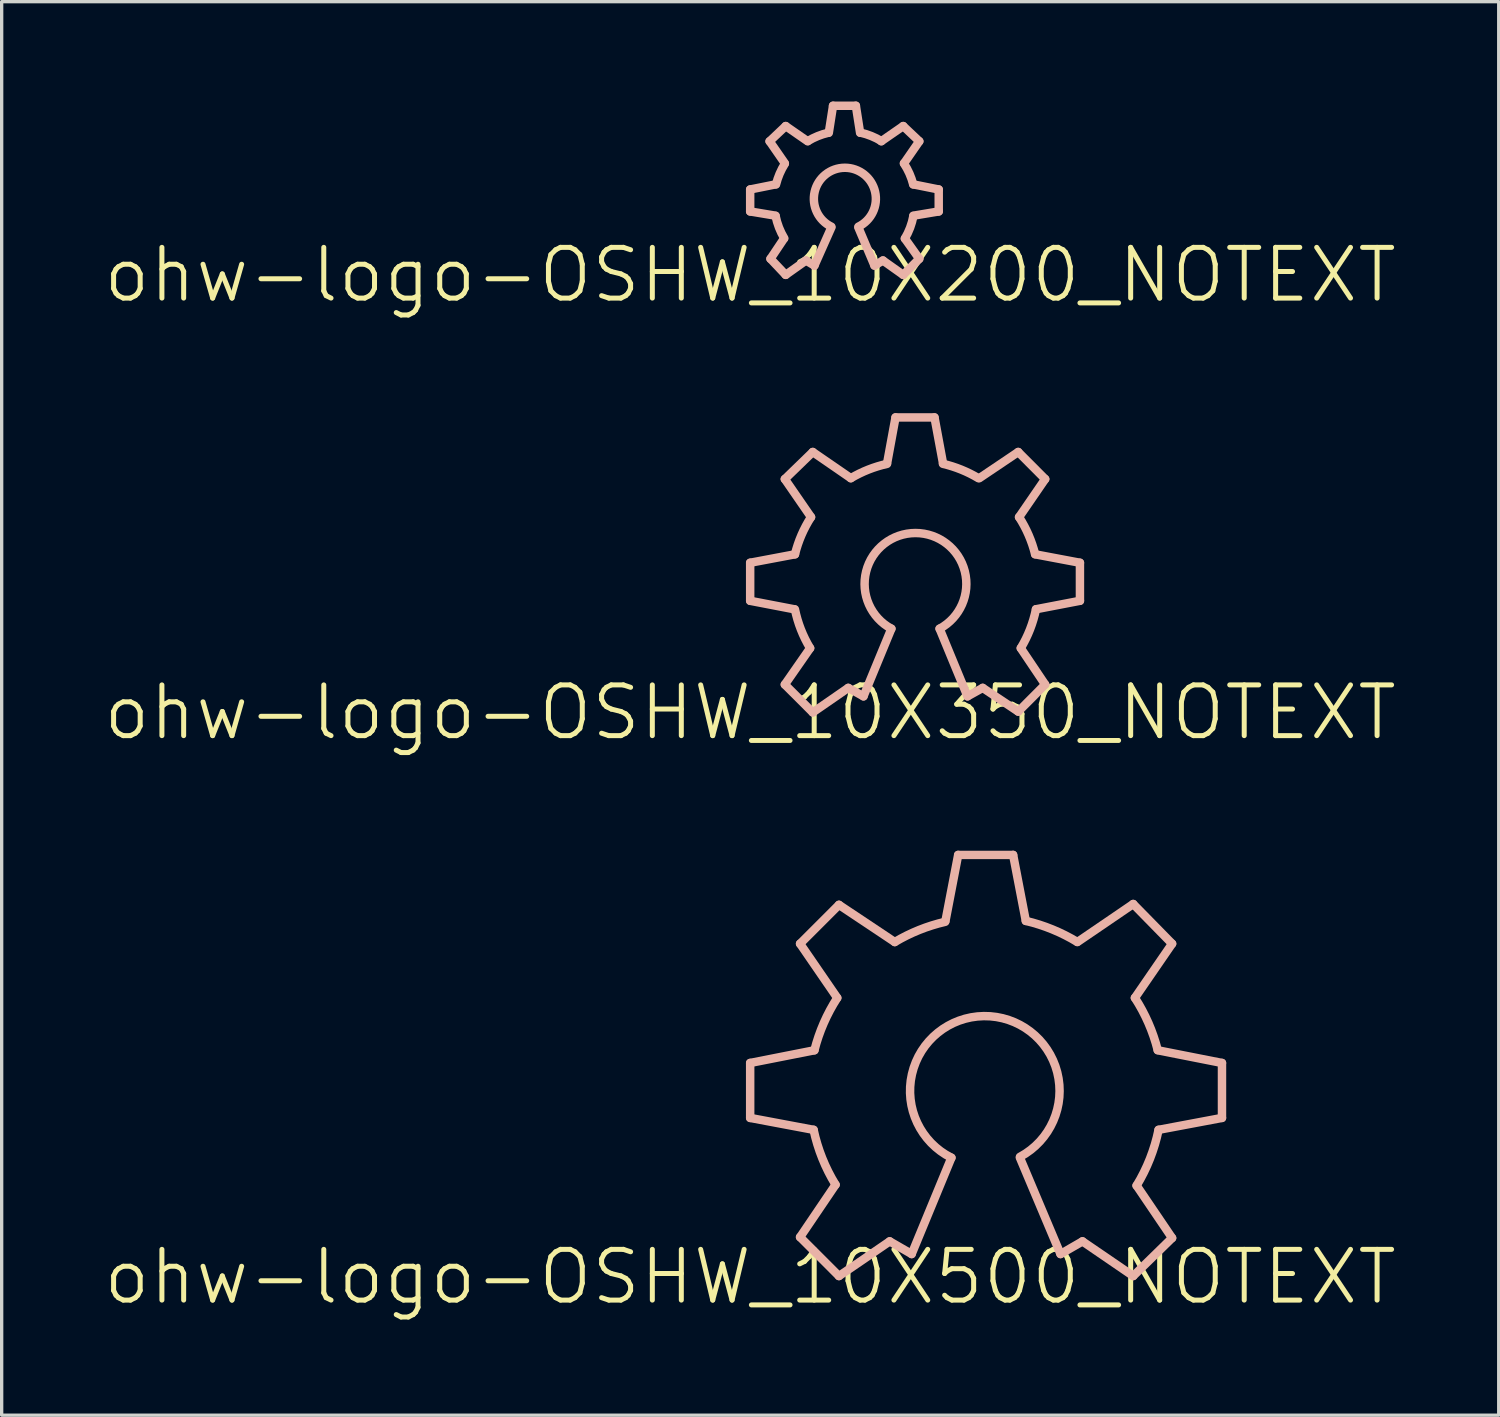
<source format=kicad_pcb>
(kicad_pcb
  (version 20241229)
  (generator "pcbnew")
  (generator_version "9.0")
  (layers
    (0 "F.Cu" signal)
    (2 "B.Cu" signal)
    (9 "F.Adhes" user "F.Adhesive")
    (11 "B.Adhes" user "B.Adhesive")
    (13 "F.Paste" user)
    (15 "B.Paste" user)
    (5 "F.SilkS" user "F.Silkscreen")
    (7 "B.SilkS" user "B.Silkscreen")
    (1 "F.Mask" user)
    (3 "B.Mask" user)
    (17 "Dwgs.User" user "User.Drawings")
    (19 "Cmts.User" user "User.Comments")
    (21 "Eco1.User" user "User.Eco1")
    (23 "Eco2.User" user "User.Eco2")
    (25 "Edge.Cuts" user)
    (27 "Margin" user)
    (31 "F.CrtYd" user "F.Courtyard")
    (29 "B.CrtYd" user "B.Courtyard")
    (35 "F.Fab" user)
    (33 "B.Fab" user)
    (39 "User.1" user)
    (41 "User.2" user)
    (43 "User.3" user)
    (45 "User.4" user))
  (footprint "ohw-logo-OSHW_10X200_NOTEXT"
    (layer "F.Cu")
    (at 19.485 5.207)
    (property "Reference" "ohw-logo-OSHW_10X200_NOTEXT" (at 0 0 0) (layer "F.SilkS") (effects (font (size 1.524 1.524) (thickness 0.15))))
    (attr exclude_from_pos_files exclude_from_bom)
    (fp_line (start 0 -2.565) (end 0.762 -2.718) (stroke (width 0.254) (type solid)) (layer "B.SilkS"))
    (fp_line (start 0 -1.905) (end 0 -2.565) (stroke (width 0.254) (type solid)) (layer "B.SilkS"))
    (fp_line (start 0.584 -4.013) (end 1.067 -4.47) (stroke (width 0.254) (type solid)) (layer "B.SilkS"))
    (fp_line (start 0.61 -0.483) (end 1.016 -1.09) (stroke (width 0.254) (type solid)) (layer "B.SilkS"))
    (fp_line (start 0.762 -1.778) (end 0 -1.905) (stroke (width 0.254) (type solid)) (layer "B.SilkS"))
    (fp_line (start 1.041 -3.353) (end 0.584 -4.013) (stroke (width 0.254) (type solid)) (layer "B.SilkS"))
    (fp_line (start 1.067 -4.47) (end 1.727 -4.013) (stroke (width 0.254) (type solid)) (layer "B.SilkS"))
    (fp_line (start 1.067 0) (end 0.61 -0.483) (stroke (width 0.254) (type solid)) (layer "B.SilkS"))
    (fp_line (start 1.676 -0.432) (end 1.067 0) (stroke (width 0.254) (type solid)) (layer "B.SilkS"))
    (fp_line (start 1.93 -0.279) (end 1.676 -0.432) (stroke (width 0.254) (type solid)) (layer "B.SilkS"))
    (fp_line (start 2.362 -4.267) (end 2.489 -5.08) (stroke (width 0.254) (type solid)) (layer "B.SilkS"))
    (fp_line (start 2.438 -1.422) (end 1.93 -0.279) (stroke (width 0.254) (type solid)) (layer "B.SilkS"))
    (fp_line (start 2.489 -5.08) (end 3.175 -5.08) (stroke (width 0.254) (type solid)) (layer "B.SilkS"))
    (fp_line (start 3.175 -5.08) (end 3.302 -4.267) (stroke (width 0.254) (type solid)) (layer "B.SilkS"))
    (fp_line (start 3.734 -0.279) (end 3.251 -1.422) (stroke (width 0.254) (type solid)) (layer "B.SilkS"))
    (fp_line (start 3.937 -4.013) (end 4.597 -4.47) (stroke (width 0.254) (type solid)) (layer "B.SilkS"))
    (fp_line (start 3.988 -0.432) (end 3.734 -0.279) (stroke (width 0.254) (type solid)) (layer "B.SilkS"))
    (fp_line (start 4.597 -4.47) (end 5.08 -4.013) (stroke (width 0.254) (type solid)) (layer "B.SilkS"))
    (fp_line (start 4.597 0) (end 3.988 -0.432) (stroke (width 0.254) (type solid)) (layer "B.SilkS"))
    (fp_line (start 4.648 -1.09) (end 5.08 -0.483) (stroke (width 0.254) (type solid)) (layer "B.SilkS"))
    (fp_line (start 4.902 -2.718) (end 5.664 -2.565) (stroke (width 0.254) (type solid)) (layer "B.SilkS"))
    (fp_line (start 5.08 -4.013) (end 4.623 -3.353) (stroke (width 0.254) (type solid)) (layer "B.SilkS"))
    (fp_line (start 5.08 -0.483) (end 4.597 0) (stroke (width 0.254) (type solid)) (layer "B.SilkS"))
    (fp_line (start 5.664 -2.565) (end 5.664 -1.905) (stroke (width 0.254) (type solid)) (layer "B.SilkS"))
    (fp_line (start 5.664 -1.905) (end 4.902 -1.778) (stroke (width 0.254) (type solid)) (layer "B.SilkS"))
    (fp_arc (start 0.77724 -2.7178) (mid 0.884541 -3.037663) (end 1.041341 -3.336393) (stroke (width 0.254) (type solid)) (layer "B.SilkS"))
    (fp_arc (start 1.02362 -1.09982) (mid 0.865008 -1.423936) (end 0.763879 -1.77032) (stroke (width 0.254) (type solid)) (layer "B.SilkS"))
    (fp_arc (start 1.73482 -4.02082) (mid 2.028123 -4.167597) (end 2.340603 -4.267229) (stroke (width 0.254) (type solid)) (layer "B.SilkS"))
    (fp_arc (start 2.4384 -1.4478) (mid 2.844253 -3.217526) (end 3.252184 -1.448278) (stroke (width 0.254) (type solid)) (layer "B.SilkS"))
    (fp_arc (start 3.3147 -4.27228) (mid 3.639593 -4.170117) (end 3.943972 -4.017323) (stroke (width 0.254) (type solid)) (layer "B.SilkS"))
    (fp_arc (start 4.61772 -3.34772) (mid 4.784209 -3.044218) (end 4.897466 -2.717103) (stroke (width 0.254) (type solid)) (layer "B.SilkS"))
    (fp_arc (start 4.9022 -1.76784) (mid 4.804838 -1.418278) (end 4.647398 -1.091345) (stroke (width 0.254) (type solid)) (layer "B.SilkS")))
  (footprint "ohw-logo-OSHW_10X350_NOTEXT"
    (layer "F.Cu")
    (at 19.485 18.351)
    (property "Reference" "ohw-logo-OSHW_10X350_NOTEXT" (at 0 0 0) (layer "F.SilkS") (effects (font (size 1.524 1.524) (thickness 0.15))))
    (attr exclude_from_pos_files exclude_from_bom)
    (fp_line (start 0 -4.496) (end 1.346 -4.75) (stroke (width 0.254) (type solid)) (layer "B.SilkS"))
    (fp_line (start 0 -3.353) (end 0 -4.496) (stroke (width 0.254) (type solid)) (layer "B.SilkS"))
    (fp_line (start 1.041 -7.01) (end 1.88 -7.823) (stroke (width 0.254) (type solid)) (layer "B.SilkS"))
    (fp_line (start 1.041 -0.838) (end 1.801 -1.93) (stroke (width 0.254) (type solid)) (layer "B.SilkS"))
    (fp_line (start 1.321 -3.099) (end 0 -3.353) (stroke (width 0.254) (type solid)) (layer "B.SilkS"))
    (fp_line (start 1.829 -5.867) (end 1.041 -7.01) (stroke (width 0.254) (type solid)) (layer "B.SilkS"))
    (fp_line (start 1.88 -7.823) (end 3.023 -7.036) (stroke (width 0.254) (type solid)) (layer "B.SilkS"))
    (fp_line (start 1.88 0) (end 1.041 -0.838) (stroke (width 0.254) (type solid)) (layer "B.SilkS"))
    (fp_line (start 2.946 -0.737) (end 1.88 0) (stroke (width 0.254) (type solid)) (layer "B.SilkS"))
    (fp_line (start 3.404 -0.483) (end 2.946 -0.737) (stroke (width 0.254) (type solid)) (layer "B.SilkS"))
    (fp_line (start 4.115 -7.493) (end 4.366 -8.862) (stroke (width 0.254) (type solid)) (layer "B.SilkS"))
    (fp_line (start 4.242 -2.515) (end 3.404 -0.483) (stroke (width 0.254) (type solid)) (layer "B.SilkS"))
    (fp_line (start 4.366 -8.862) (end 5.537 -8.862) (stroke (width 0.254) (type solid)) (layer "B.SilkS"))
    (fp_line (start 5.537 -8.862) (end 5.791 -7.493) (stroke (width 0.254) (type solid)) (layer "B.SilkS"))
    (fp_line (start 6.528 -0.483) (end 5.69 -2.515) (stroke (width 0.254) (type solid)) (layer "B.SilkS"))
    (fp_line (start 6.883 -7.036) (end 8.052 -7.823) (stroke (width 0.254) (type solid)) (layer "B.SilkS"))
    (fp_line (start 6.985 -0.737) (end 6.528 -0.483) (stroke (width 0.254) (type solid)) (layer "B.SilkS"))
    (fp_line (start 8.052 -7.823) (end 8.862 -7.01) (stroke (width 0.254) (type solid)) (layer "B.SilkS"))
    (fp_line (start 8.052 -0.025) (end 6.985 -0.737) (stroke (width 0.254) (type solid)) (layer "B.SilkS"))
    (fp_line (start 8.128 -1.93) (end 8.862 -0.838) (stroke (width 0.254) (type solid)) (layer "B.SilkS"))
    (fp_line (start 8.56 -4.75) (end 9.906 -4.496) (stroke (width 0.254) (type solid)) (layer "B.SilkS"))
    (fp_line (start 8.862 -7.01) (end 8.077 -5.867) (stroke (width 0.254) (type solid)) (layer "B.SilkS"))
    (fp_line (start 8.862 -0.838) (end 8.052 -0.025) (stroke (width 0.254) (type solid)) (layer "B.SilkS"))
    (fp_line (start 9.906 -4.496) (end 9.906 -3.353) (stroke (width 0.254) (type solid)) (layer "B.SilkS"))
    (fp_line (start 9.906 -3.353) (end 8.585 -3.099) (stroke (width 0.254) (type solid)) (layer "B.SilkS"))
    (fp_arc (start 1.3462 -4.7498) (mid 1.540937 -5.327839) (end 1.827937 -5.866061) (stroke (width 0.254) (type solid)) (layer "B.SilkS"))
    (fp_arc (start 1.80086 -1.9304) (mid 1.523102 -2.493953) (end 1.344793 -3.096405) (stroke (width 0.254) (type solid)) (layer "B.SilkS"))
    (fp_arc (start 3.0226 -7.0358) (mid 3.549599 -7.294011) (end 4.110654 -7.466113) (stroke (width 0.254) (type solid)) (layer "B.SilkS"))
    (fp_arc (start 4.2418 -2.5146) (mid 4.96486 -5.389291) (end 5.691079 -2.515396) (stroke (width 0.254) (type solid)) (layer "B.SilkS"))
    (fp_arc (start 5.7912 -7.4676) (mid 6.339087 -7.294102) (end 6.853535 -7.03793) (stroke (width 0.254) (type solid)) (layer "B.SilkS"))
    (fp_arc (start 8.0772 -5.8674) (mid 8.364223 -5.33009) (end 8.559636 -4.753117) (stroke (width 0.254) (type solid)) (layer "B.SilkS"))
    (fp_arc (start 8.5852 -3.0988) (mid 8.407317 -2.496552) (end 8.130013 -1.933128) (stroke (width 0.254) (type solid)) (layer "B.SilkS")))
  (footprint "ohw-logo-OSHW_10X500_NOTEXT"
    (layer "F.Cu")
    (at 19.485 35.307)
    (property "Reference" "ohw-logo-OSHW_10X500_NOTEXT" (at 0 0 0) (layer "F.SilkS") (effects (font (size 1.524 1.524) (thickness 0.15))))
    (attr exclude_from_pos_files exclude_from_bom)
    (fp_line (start 0 -6.426) (end 1.93 -6.807) (stroke (width 0.254) (type solid)) (layer "B.SilkS"))
    (fp_line (start 0 -4.775) (end 0 -6.426) (stroke (width 0.254) (type solid)) (layer "B.SilkS"))
    (fp_line (start 1.499 -10.008) (end 2.667 -11.176) (stroke (width 0.254) (type solid)) (layer "B.SilkS"))
    (fp_line (start 1.499 -1.194) (end 2.565 -2.769) (stroke (width 0.254) (type solid)) (layer "B.SilkS"))
    (fp_line (start 1.905 -4.417) (end 0 -4.775) (stroke (width 0.254) (type solid)) (layer "B.SilkS"))
    (fp_line (start 2.616 -8.382) (end 1.499 -10.008) (stroke (width 0.254) (type solid)) (layer "B.SilkS"))
    (fp_line (start 2.667 -11.176) (end 4.343 -10.058) (stroke (width 0.254) (type solid)) (layer "B.SilkS"))
    (fp_line (start 2.667 -0.025) (end 1.499 -1.194) (stroke (width 0.254) (type solid)) (layer "B.SilkS"))
    (fp_line (start 4.191 -1.067) (end 2.667 -0.025) (stroke (width 0.254) (type solid)) (layer "B.SilkS"))
    (fp_line (start 4.851 -0.686) (end 4.191 -1.067) (stroke (width 0.254) (type solid)) (layer "B.SilkS"))
    (fp_line (start 5.867 -10.693) (end 6.248 -12.675) (stroke (width 0.254) (type solid)) (layer "B.SilkS"))
    (fp_line (start 6.045 -3.579) (end 4.851 -0.686) (stroke (width 0.254) (type solid)) (layer "B.SilkS"))
    (fp_line (start 6.248 -12.675) (end 7.899 -12.675) (stroke (width 0.254) (type solid)) (layer "B.SilkS"))
    (fp_line (start 7.899 -12.675) (end 8.28 -10.693) (stroke (width 0.254) (type solid)) (layer "B.SilkS"))
    (fp_line (start 9.322 -0.686) (end 8.103 -3.579) (stroke (width 0.254) (type solid)) (layer "B.SilkS"))
    (fp_line (start 9.83 -10.058) (end 11.506 -11.201) (stroke (width 0.254) (type solid)) (layer "B.SilkS"))
    (fp_line (start 9.982 -1.067) (end 9.322 -0.686) (stroke (width 0.254) (type solid)) (layer "B.SilkS"))
    (fp_line (start 11.506 -11.201) (end 12.675 -10.008) (stroke (width 0.254) (type solid)) (layer "B.SilkS"))
    (fp_line (start 11.506 -0.025) (end 9.982 -1.067) (stroke (width 0.254) (type solid)) (layer "B.SilkS"))
    (fp_line (start 11.608 -2.743) (end 12.675 -1.168) (stroke (width 0.254) (type solid)) (layer "B.SilkS"))
    (fp_line (start 12.243 -6.807) (end 14.173 -6.426) (stroke (width 0.254) (type solid)) (layer "B.SilkS"))
    (fp_line (start 12.675 -10.008) (end 11.557 -8.382) (stroke (width 0.254) (type solid)) (layer "B.SilkS"))
    (fp_line (start 12.675 -1.168) (end 11.506 -0.025) (stroke (width 0.254) (type solid)) (layer "B.SilkS"))
    (fp_line (start 14.173 -6.426) (end 14.173 -4.775) (stroke (width 0.254) (type solid)) (layer "B.SilkS"))
    (fp_line (start 14.173 -4.775) (end 12.268 -4.417) (stroke (width 0.254) (type solid)) (layer "B.SilkS"))
    (fp_arc (start 1.9304 -6.8072) (mid 2.208991 -7.621249) (end 2.615474 -8.379576) (stroke (width 0.254) (type solid)) (layer "B.SilkS"))
    (fp_arc (start 2.5654 -2.7686) (mid 2.16498 -3.565319) (end 1.905269 -4.418342) (stroke (width 0.254) (type solid)) (layer "B.SilkS"))
    (fp_arc (start 4.3434 -10.0584) (mid 5.077319 -10.421139) (end 5.858522 -10.665966) (stroke (width 0.254) (type solid)) (layer "B.SilkS"))
    (fp_arc (start 6.0452 -3.57886) (mid 7.018559 -7.83352) (end 8.105013 -3.606325) (stroke (width 0.254) (type solid)) (layer "B.SilkS"))
    (fp_arc (start 8.2804 -10.6934) (mid 9.075971 -10.438881) (end 9.821931 -10.063041) (stroke (width 0.254) (type solid)) (layer "B.SilkS"))
    (fp_arc (start 11.557 -8.382) (mid 11.963352 -7.625939) (end 12.241471 -6.813904) (stroke (width 0.254) (type solid)) (layer "B.SilkS"))
    (fp_arc (start 12.2682 -4.41706) (mid 12.01013 -3.55068) (end 11.607653 -2.74122) (stroke (width 0.254) (type solid)) (layer "B.SilkS")))
  (gr_rect
    (start -3 -3)
    (end 41.971 39.462)
    (stroke (width 0.1) (type default))
    (fill no)
    (layer "Edge.Cuts")))
</source>
